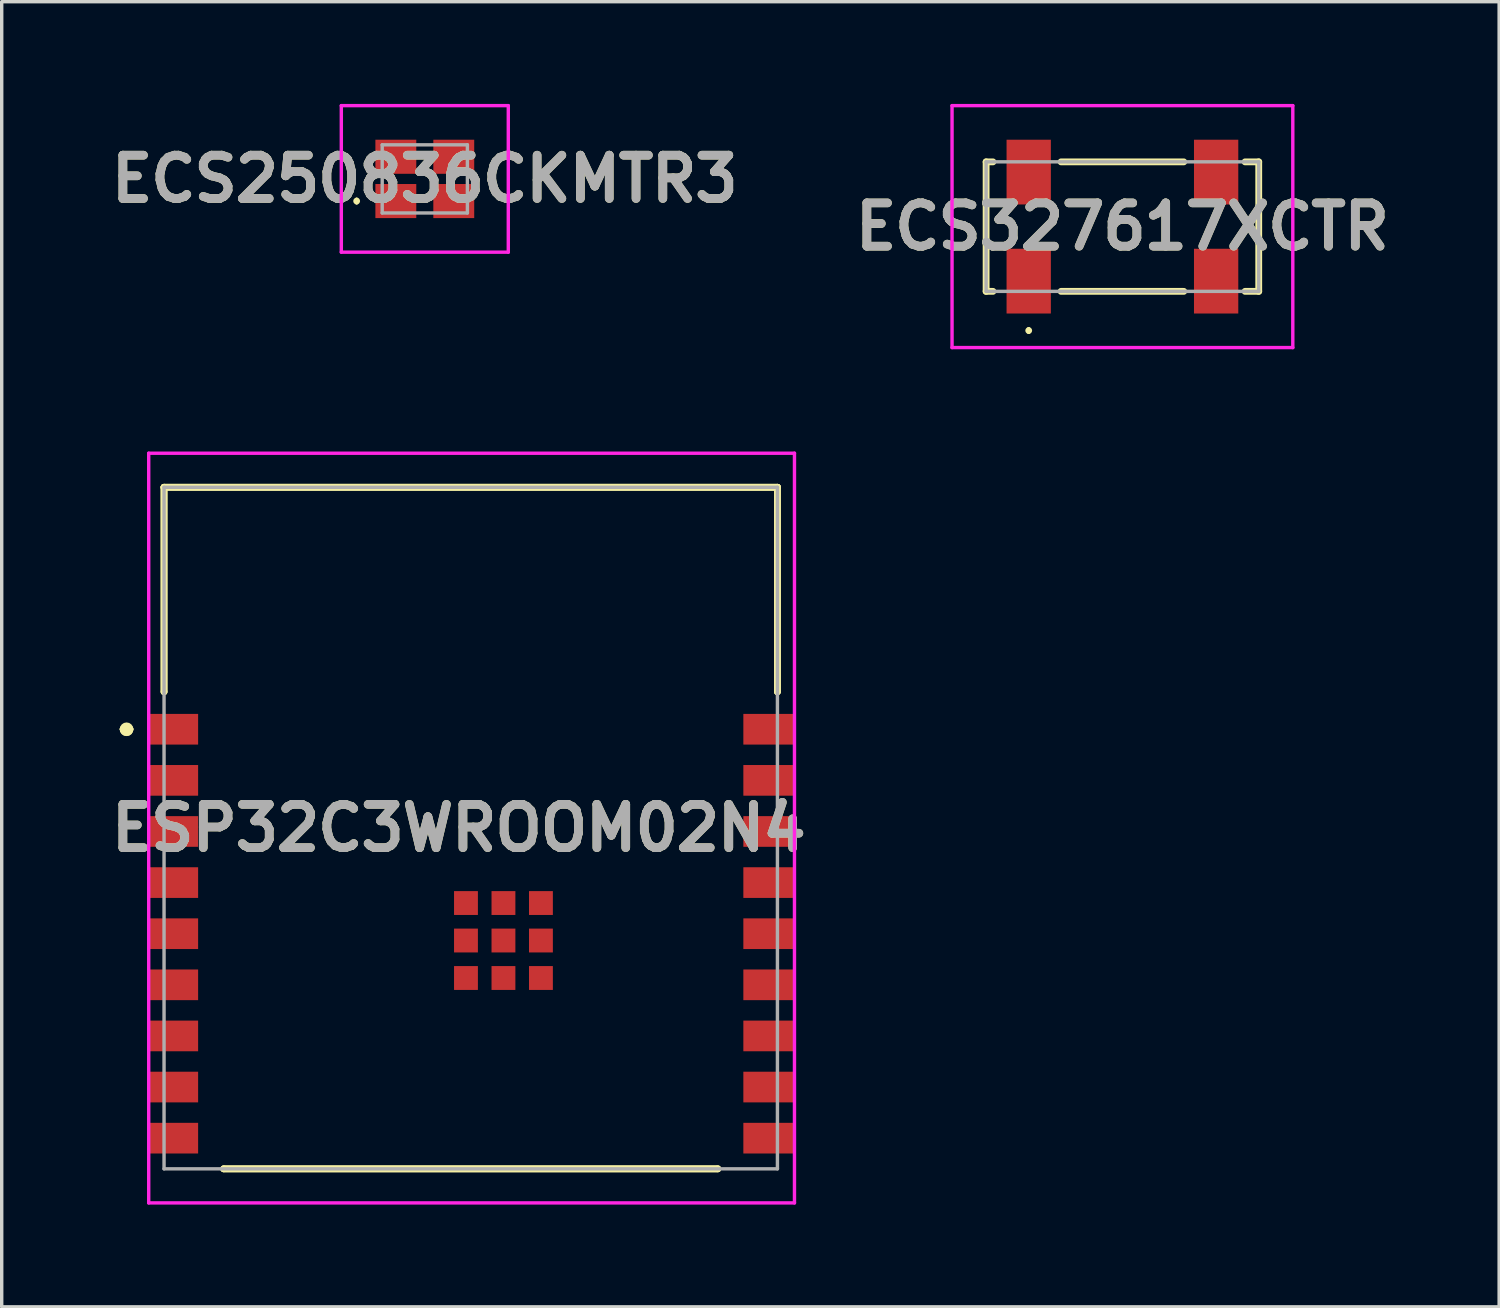
<source format=kicad_pcb>
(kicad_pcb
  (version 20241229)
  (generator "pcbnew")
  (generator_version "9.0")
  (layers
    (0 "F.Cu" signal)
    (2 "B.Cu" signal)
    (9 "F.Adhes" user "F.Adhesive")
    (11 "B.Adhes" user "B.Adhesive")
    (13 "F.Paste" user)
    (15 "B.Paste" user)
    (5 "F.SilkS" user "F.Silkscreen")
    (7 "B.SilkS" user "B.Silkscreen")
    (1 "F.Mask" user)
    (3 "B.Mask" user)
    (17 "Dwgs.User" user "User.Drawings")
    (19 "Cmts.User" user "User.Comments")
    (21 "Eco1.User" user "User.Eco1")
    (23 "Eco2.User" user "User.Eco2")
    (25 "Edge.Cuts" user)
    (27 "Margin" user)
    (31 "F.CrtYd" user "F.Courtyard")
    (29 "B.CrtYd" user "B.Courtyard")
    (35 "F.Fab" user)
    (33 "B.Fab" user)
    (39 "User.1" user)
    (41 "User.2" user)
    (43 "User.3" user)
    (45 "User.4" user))
  (footprint "ESP32C3WROOM02N4"
    (layer "F.Cu")
    (at 11.724 24.55)
    (property "Reference" "ESP32C3WROOM02N4" (at -1.31 -3.3 0) (layer "F.SilkS") (effects (font (size 1.27 1.27) (thickness 0.254))))
    (attr smd)
    (fp_line (start -11.16 -6.2) (end -11.16 -6.2) (stroke (width 0.2) (type solid)) (layer "F.SilkS"))
    (fp_line (start -11.16 -6.2) (end -11.16 -6.2) (stroke (width 0.2) (type solid)) (layer "F.SilkS"))
    (fp_line (start -10.96 -6.2) (end -10.96 -6.2) (stroke (width 0.2) (type solid)) (layer "F.SilkS"))
    (fp_line (start -9.96 -13.3) (end -9.96 -13.3) (stroke (width 0.2) (type solid)) (layer "F.SilkS"))
    (fp_line (start -9.96 -13.3) (end -9.96 -13.3) (stroke (width 0.2) (type solid)) (layer "F.SilkS"))
    (fp_line (start -9.96 -13.3) (end -9.96 -7.3) (stroke (width 0.2) (type solid)) (layer "F.SilkS"))
    (fp_line (start -9.96 -13.3) (end 8.04 -13.3) (stroke (width 0.2) (type solid)) (layer "F.SilkS"))
    (fp_line (start -9.96 -7.3) (end -9.96 -13.3) (stroke (width 0.2) (type solid)) (layer "F.SilkS"))
    (fp_line (start -9.96 -7.3) (end -9.96 -7.3) (stroke (width 0.2) (type solid)) (layer "F.SilkS"))
    (fp_line (start -8.21 6.7) (end -8.21 6.7) (stroke (width 0.2) (type solid)) (layer "F.SilkS"))
    (fp_line (start -8.21 6.7) (end 6.29 6.7) (stroke (width 0.2) (type solid)) (layer "F.SilkS"))
    (fp_line (start 6.29 6.7) (end -8.21 6.7) (stroke (width 0.2) (type solid)) (layer "F.SilkS"))
    (fp_line (start 6.29 6.7) (end 6.29 6.7) (stroke (width 0.2) (type solid)) (layer "F.SilkS"))
    (fp_line (start 8.04 -13.3) (end -9.96 -13.3) (stroke (width 0.2) (type solid)) (layer "F.SilkS"))
    (fp_line (start 8.04 -13.3) (end 8.04 -13.3) (stroke (width 0.2) (type solid)) (layer "F.SilkS"))
    (fp_line (start 8.04 -13.3) (end 8.04 -13.3) (stroke (width 0.2) (type solid)) (layer "F.SilkS"))
    (fp_line (start 8.04 -13.3) (end 8.04 -7.3) (stroke (width 0.2) (type solid)) (layer "F.SilkS"))
    (fp_line (start 8.04 -7.3) (end 8.04 -13.3) (stroke (width 0.2) (type solid)) (layer "F.SilkS"))
    (fp_line (start 8.04 -7.3) (end 8.04 -7.3) (stroke (width 0.2) (type solid)) (layer "F.SilkS"))
    (fp_arc (start -11.16 -6.2) (mid -11.06 -6.3) (end -10.96 -6.2) (stroke (width 0.2) (type solid)) (layer "F.SilkS"))
    (fp_arc (start -10.96 -6.2) (mid -11.06 -6.1) (end -11.16 -6.2) (stroke (width 0.2) (type solid)) (layer "F.SilkS"))
    (fp_arc (start -10.96 -6.2) (mid -11.06 -6.1) (end -11.16 -6.2) (stroke (width 0.2) (type solid)) (layer "F.SilkS"))
    (fp_line (start -10.41 -14.3) (end 8.54 -14.3) (stroke (width 0.1) (type solid)) (layer "F.CrtYd"))
    (fp_line (start -10.41 7.7) (end -10.41 -14.3) (stroke (width 0.1) (type solid)) (layer "F.CrtYd"))
    (fp_line (start 8.54 -14.3) (end 8.54 7.7) (stroke (width 0.1) (type solid)) (layer "F.CrtYd"))
    (fp_line (start 8.54 7.7) (end -10.41 7.7) (stroke (width 0.1) (type solid)) (layer "F.CrtYd"))
    (fp_line (start -9.96 -13.3) (end -9.96 6.7) (stroke (width 0.1) (type solid)) (layer "F.Fab"))
    (fp_line (start -9.96 6.7) (end 8.04 6.7) (stroke (width 0.1) (type solid)) (layer "F.Fab"))
    (fp_line (start 8.04 -13.3) (end -9.96 -13.3) (stroke (width 0.1) (type solid)) (layer "F.Fab"))
    (fp_line (start 8.04 6.7) (end 8.04 -13.3) (stroke (width 0.1) (type solid)) (layer "F.Fab"))
    (fp_text user "${REFERENCE}" (at -1.31 -3.3 0) (layer "F.Fab") (effects (font (size 1.27 1.27) (thickness 0.254))))
    (pad "1" smd rect (at -9.71 -6.2 90) (size 0.9 1.5) (layers "F.Cu" "F.Mask" "F.Paste"))
    (pad "2" smd rect (at -9.71 -4.7 90) (size 0.9 1.5) (layers "F.Cu" "F.Mask" "F.Paste"))
    (pad "3" smd rect (at -9.71 -3.2 90) (size 0.9 1.5) (layers "F.Cu" "F.Mask" "F.Paste"))
    (pad "4" smd rect (at -9.71 -1.7 90) (size 0.9 1.5) (layers "F.Cu" "F.Mask" "F.Paste"))
    (pad "5" smd rect (at -9.71 -0.2 90) (size 0.9 1.5) (layers "F.Cu" "F.Mask" "F.Paste"))
    (pad "6" smd rect (at -9.71 1.3 90) (size 0.9 1.5) (layers "F.Cu" "F.Mask" "F.Paste"))
    (pad "7" smd rect (at -9.71 2.8 90) (size 0.9 1.5) (layers "F.Cu" "F.Mask" "F.Paste"))
    (pad "8" smd rect (at -9.71 4.3 90) (size 0.9 1.5) (layers "F.Cu" "F.Mask" "F.Paste"))
    (pad "9" smd rect (at -9.71 5.8 90) (size 0.9 1.5) (layers "F.Cu" "F.Mask" "F.Paste"))
    (pad "10" smd rect (at 7.79 5.8 90) (size 0.9 1.5) (layers "F.Cu" "F.Mask" "F.Paste"))
    (pad "11" smd rect (at 7.79 4.3 90) (size 0.9 1.5) (layers "F.Cu" "F.Mask" "F.Paste"))
    (pad "12" smd rect (at 7.79 2.8 90) (size 0.9 1.5) (layers "F.Cu" "F.Mask" "F.Paste"))
    (pad "13" smd rect (at 7.79 1.3 90) (size 0.9 1.5) (layers "F.Cu" "F.Mask" "F.Paste"))
    (pad "14" smd rect (at 7.79 -0.2 90) (size 0.9 1.5) (layers "F.Cu" "F.Mask" "F.Paste"))
    (pad "15" smd rect (at 7.79 -1.7 90) (size 0.9 1.5) (layers "F.Cu" "F.Mask" "F.Paste"))
    (pad "16" smd rect (at 7.79 -3.2 90) (size 0.9 1.5) (layers "F.Cu" "F.Mask" "F.Paste"))
    (pad "17" smd rect (at 7.79 -4.7 90) (size 0.9 1.5) (layers "F.Cu" "F.Mask" "F.Paste"))
    (pad "18" smd rect (at 7.79 -6.2 90) (size 0.9 1.5) (layers "F.Cu" "F.Mask" "F.Paste"))
    (pad "19" smd rect (at 0 0 90) (size 0.7 0.7) (layers "F.Cu" "F.Mask" "F.Paste"))
    (pad "20" smd rect (at 1.1 0 90) (size 0.7 0.7) (layers "F.Cu" "F.Mask" "F.Paste"))
    (pad "21" smd rect (at 1.1 -1.1 90) (size 0.7 0.7) (layers "F.Cu" "F.Mask" "F.Paste"))
    (pad "22" smd rect (at 0 -1.1 90) (size 0.7 0.7) (layers "F.Cu" "F.Mask" "F.Paste"))
    (pad "23" smd rect (at -1.1 -1.1 90) (size 0.7 0.7) (layers "F.Cu" "F.Mask" "F.Paste"))
    (pad "24" smd rect (at -1.1 0 90) (size 0.7 0.7) (layers "F.Cu" "F.Mask" "F.Paste"))
    (pad "25" smd rect (at -1.1 1.1 90) (size 0.7 0.7) (layers "F.Cu" "F.Mask" "F.Paste"))
    (pad "26" smd rect (at 0 1.1 90) (size 0.7 0.7) (layers "F.Cu" "F.Mask" "F.Paste"))
    (pad "27" smd rect (at 1.1 1.1 90) (size 0.7 0.7) (layers "F.Cu" "F.Mask" "F.Paste")))
  (footprint "ECS250836CKMTR3"
    (layer "F.Cu")
    (at 9.416 2.2)
    (property "Reference" "ECS250836CKMTR3" (at 0 0 0) (layer "F.SilkS") (effects (font (size 1.27 1.27) (thickness 0.254))))
    (attr smd)
    (fp_line (start -2 0.6) (end -2 0.6) (stroke (width 0.1) (type solid)) (layer "F.SilkS"))
    (fp_line (start -2 0.7) (end -2 0.7) (stroke (width 0.1) (type solid)) (layer "F.SilkS"))
    (fp_arc (start -2 0.6) (mid -1.95 0.65) (end -2 0.7) (stroke (width 0.1) (type solid)) (layer "F.SilkS"))
    (fp_arc (start -2 0.7) (mid -2.05 0.65) (end -2 0.6) (stroke (width 0.1) (type solid)) (layer "F.SilkS"))
    (fp_line (start -2.45 -2.15) (end 2.45 -2.15) (stroke (width 0.1) (type solid)) (layer "F.CrtYd"))
    (fp_line (start -2.45 2.15) (end -2.45 -2.15) (stroke (width 0.1) (type solid)) (layer "F.CrtYd"))
    (fp_line (start 2.45 -2.15) (end 2.45 2.15) (stroke (width 0.1) (type solid)) (layer "F.CrtYd"))
    (fp_line (start 2.45 2.15) (end -2.45 2.15) (stroke (width 0.1) (type solid)) (layer "F.CrtYd"))
    (fp_line (start -1.25 -1) (end 1.25 -1) (stroke (width 0.1) (type solid)) (layer "F.Fab"))
    (fp_line (start -1.25 1) (end -1.25 -1) (stroke (width 0.1) (type solid)) (layer "F.Fab"))
    (fp_line (start 1.25 -1) (end 1.25 1) (stroke (width 0.1) (type solid)) (layer "F.Fab"))
    (fp_line (start 1.25 1) (end -1.25 1) (stroke (width 0.1) (type solid)) (layer "F.Fab"))
    (fp_text user "${REFERENCE}" (at 0 0 0) (layer "F.Fab") (effects (font (size 1.27 1.27) (thickness 0.254))))
    (pad "1" smd rect (at -0.85 0.65 90) (size 1 1.2) (layers "F.Cu" "F.Mask" "F.Paste"))
    (pad "2" smd rect (at 0.85 0.65 90) (size 1 1.2) (layers "F.Cu" "F.Mask" "F.Paste"))
    (pad "3" smd rect (at 0.85 -0.65 90) (size 1 1.2) (layers "F.Cu" "F.Mask" "F.Paste"))
    (pad "4" smd rect (at -0.85 -0.65 90) (size 1 1.2) (layers "F.Cu" "F.Mask" "F.Paste")))
  (footprint "ECS327617XCTR"
    (layer "F.Cu")
    (at 29.888 3.6)
    (property "Reference" "ECS327617XCTR" (at 0 0 0) (layer "F.SilkS") (effects (font (size 1.27 1.27) (thickness 0.254))))
    (attr smd)
    (fp_line (start -4 -1.9) (end -3.8 -1.9) (stroke (width 0.2) (type solid)) (layer "F.SilkS"))
    (fp_line (start -4 1.9) (end -4 -1.9) (stroke (width 0.2) (type solid)) (layer "F.SilkS"))
    (fp_line (start -3.8 1.9) (end -4 1.9) (stroke (width 0.2) (type solid)) (layer "F.SilkS"))
    (fp_line (start -2.75 3) (end -2.75 3) (stroke (width 0.1) (type solid)) (layer "F.SilkS"))
    (fp_line (start -2.75 3.1) (end -2.75 3.1) (stroke (width 0.1) (type solid)) (layer "F.SilkS"))
    (fp_line (start -1.8 -1.9) (end 1.8 -1.9) (stroke (width 0.2) (type solid)) (layer "F.SilkS"))
    (fp_line (start 1.8 1.9) (end -1.8 1.9) (stroke (width 0.2) (type solid)) (layer "F.SilkS"))
    (fp_line (start 3.6 -1.9) (end 4 -1.9) (stroke (width 0.2) (type solid)) (layer "F.SilkS"))
    (fp_line (start 4 -1.9) (end 4 1.9) (stroke (width 0.2) (type solid)) (layer "F.SilkS"))
    (fp_line (start 4 1.9) (end 3.6 1.9) (stroke (width 0.2) (type solid)) (layer "F.SilkS"))
    (fp_arc (start -2.75 3) (mid -2.7 3.05) (end -2.75 3.1) (stroke (width 0.1) (type solid)) (layer "F.SilkS"))
    (fp_arc (start -2.75 3.1) (mid -2.8 3.05) (end -2.75 3) (stroke (width 0.1) (type solid)) (layer "F.SilkS"))
    (fp_line (start -5 -3.55) (end 5 -3.55) (stroke (width 0.1) (type solid)) (layer "F.CrtYd"))
    (fp_line (start -5 3.55) (end -5 -3.55) (stroke (width 0.1) (type solid)) (layer "F.CrtYd"))
    (fp_line (start 5 -3.55) (end 5 3.55) (stroke (width 0.1) (type solid)) (layer "F.CrtYd"))
    (fp_line (start 5 3.55) (end -5 3.55) (stroke (width 0.1) (type solid)) (layer "F.CrtYd"))
    (fp_line (start -4 -1.9) (end -4 1.9) (stroke (width 0.1) (type solid)) (layer "F.Fab"))
    (fp_line (start -4 1.9) (end 4 1.9) (stroke (width 0.1) (type solid)) (layer "F.Fab"))
    (fp_line (start 4 -1.9) (end -4 -1.9) (stroke (width 0.1) (type solid)) (layer "F.Fab"))
    (fp_line (start 4 1.9) (end 4 -1.9) (stroke (width 0.1) (type solid)) (layer "F.Fab"))
    (fp_text user "${REFERENCE}" (at 0 0 0) (layer "F.Fab") (effects (font (size 1.27 1.27) (thickness 0.254))))
    (pad "1" smd rect (at -2.75 1.6) (size 1.3 1.9) (layers "F.Cu" "F.Mask" "F.Paste"))
    (pad "2" smd rect (at 2.75 1.6) (size 1.3 1.9) (layers "F.Cu" "F.Mask" "F.Paste"))
    (pad "3" smd rect (at 2.75 -1.6) (size 1.3 1.9) (layers "F.Cu" "F.Mask" "F.Paste"))
    (pad "4" smd rect (at -2.75 -1.6) (size 1.3 1.9) (layers "F.Cu" "F.Mask" "F.Paste")))
  (gr_rect
    (start -3 -3)
    (end 40.943 35.3)
    (stroke (width 0.1) (type default))
    (fill no)
    (layer "Edge.Cuts")))
</source>
